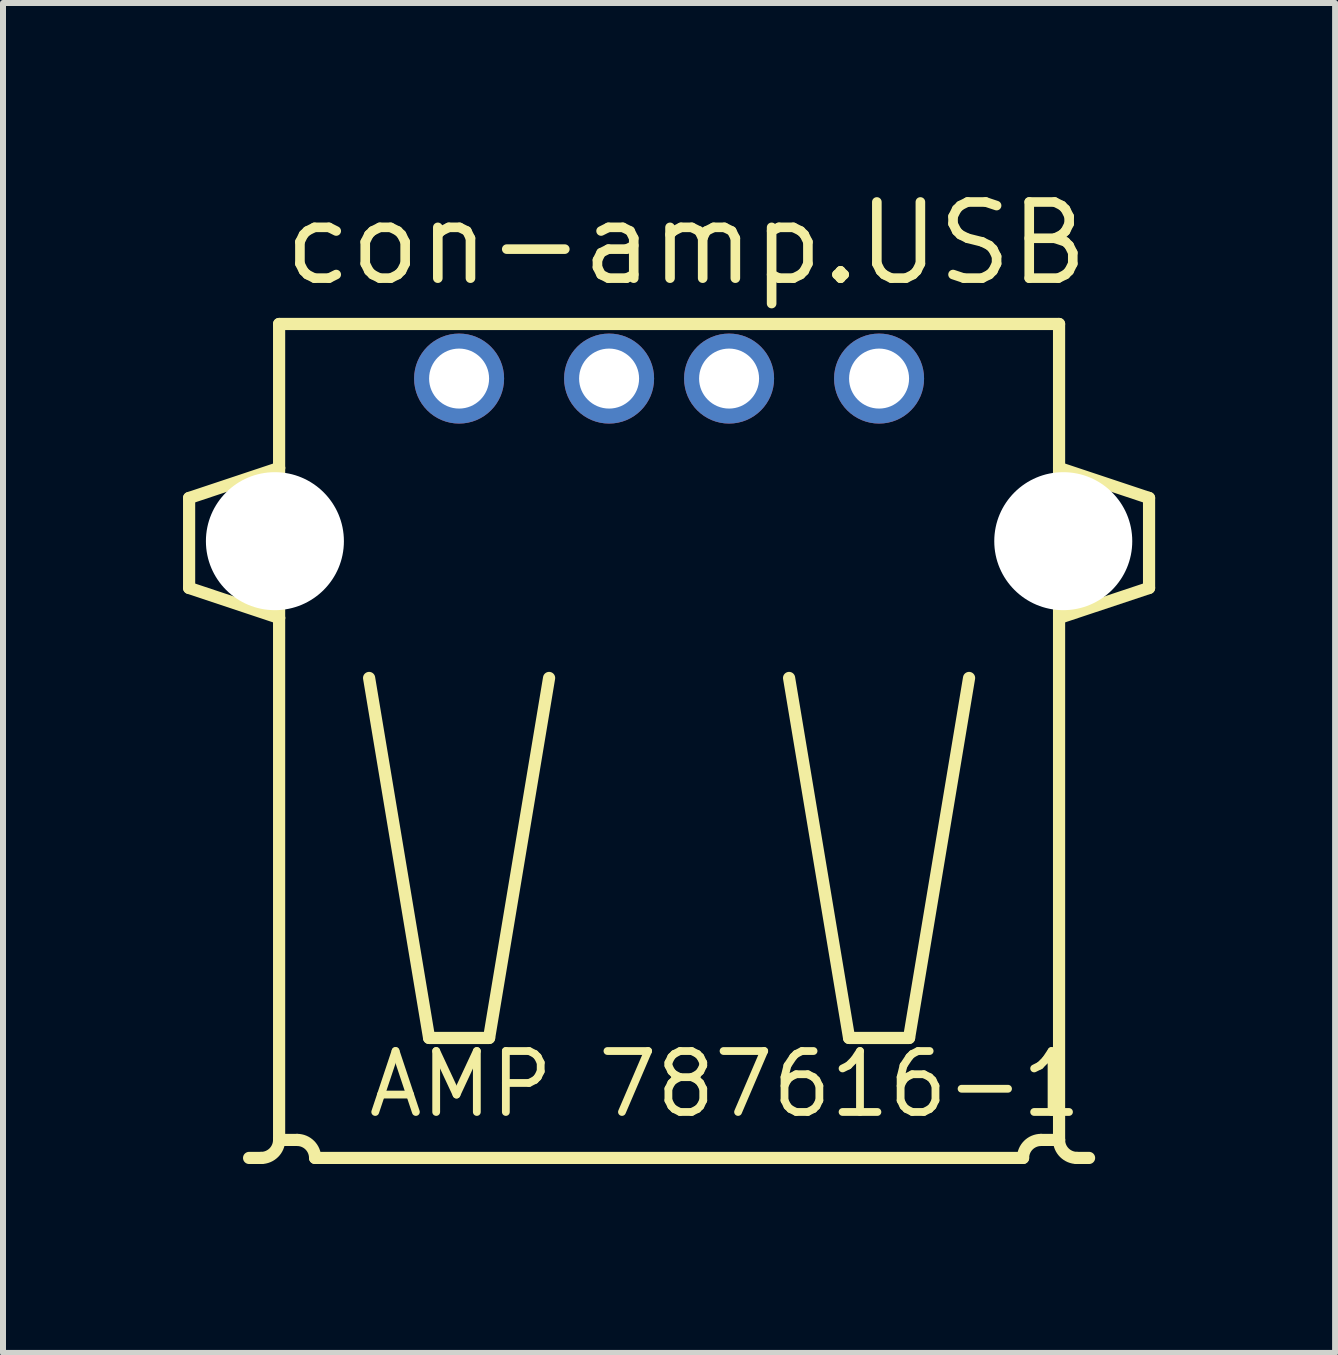
<source format=kicad_pcb>
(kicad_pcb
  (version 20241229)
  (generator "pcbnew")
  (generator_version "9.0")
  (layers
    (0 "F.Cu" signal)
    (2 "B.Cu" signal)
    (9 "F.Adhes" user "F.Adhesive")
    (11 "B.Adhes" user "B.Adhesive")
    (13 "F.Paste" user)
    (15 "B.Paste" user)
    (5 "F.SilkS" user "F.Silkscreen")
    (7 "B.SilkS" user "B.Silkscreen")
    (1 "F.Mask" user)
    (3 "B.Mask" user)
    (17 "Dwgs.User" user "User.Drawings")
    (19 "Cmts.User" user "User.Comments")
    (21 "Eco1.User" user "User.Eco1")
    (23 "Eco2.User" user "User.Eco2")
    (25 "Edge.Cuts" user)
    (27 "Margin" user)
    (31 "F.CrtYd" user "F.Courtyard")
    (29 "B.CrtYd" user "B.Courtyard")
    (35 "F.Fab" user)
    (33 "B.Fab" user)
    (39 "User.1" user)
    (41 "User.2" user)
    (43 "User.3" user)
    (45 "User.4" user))
  (footprint "con-amp.USB"
    (layer "F.Cu")
    (at 8.102 16.25)
    (property "Reference" "con-amp.USB" (at -6.5 -14.5 0) (layer "F.SilkS") (effects (font (size 1.27 1.27) (thickness 0.16)) (justify left bottom)))
    (attr through_hole)
    (fp_line (start -8 -11) (end -8 -9.5) (stroke (width 0.203) (type default)) (layer "F.SilkS"))
    (fp_line (start -8 -9.5) (end -6.5 -9) (stroke (width 0.203) (type default)) (layer "F.SilkS"))
    (fp_line (start -6.8 0) (end -7 0) (stroke (width 0.203) (type default)) (layer "F.SilkS"))
    (fp_line (start -6.5 -13.9) (end -6.5 -11.5) (stroke (width 0.203) (type default)) (layer "F.SilkS"))
    (fp_line (start -6.5 -11.5) (end -8 -11) (stroke (width 0.203) (type default)) (layer "F.SilkS"))
    (fp_line (start -6.5 -11.5) (end -6.5 -9) (stroke (width 0.203) (type default)) (layer "F.SilkS"))
    (fp_line (start -6.5 -9) (end -6.5 -0.3) (stroke (width 0.203) (type default)) (layer "F.SilkS"))
    (fp_line (start -6.5 -0.3) (end -6.5 -0.3) (stroke (width 0.203) (type default)) (layer "F.SilkS"))
    (fp_line (start -6.5 -0.3) (end -6.2 -0.3) (stroke (width 0.203) (type default)) (layer "F.SilkS"))
    (fp_line (start -5.9 0) (end 5.9 0) (stroke (width 0.203) (type default)) (layer "F.SilkS"))
    (fp_line (start -5 -8) (end -4 -2) (stroke (width 0.203) (type default)) (layer "F.SilkS"))
    (fp_line (start -4 -2) (end -3 -2) (stroke (width 0.203) (type default)) (layer "F.SilkS"))
    (fp_line (start -3 -2) (end -2 -8) (stroke (width 0.203) (type default)) (layer "F.SilkS"))
    (fp_line (start 3 -2) (end 2 -8) (stroke (width 0.203) (type default)) (layer "F.SilkS"))
    (fp_line (start 4 -2) (end 3 -2) (stroke (width 0.203) (type default)) (layer "F.SilkS"))
    (fp_line (start 5 -8) (end 4 -2) (stroke (width 0.203) (type default)) (layer "F.SilkS"))
    (fp_line (start 6.2 -0.3) (end 6.5 -0.3) (stroke (width 0.203) (type default)) (layer "F.SilkS"))
    (fp_line (start 6.5 -13.9) (end -6.5 -13.9) (stroke (width 0.203) (type default)) (layer "F.SilkS"))
    (fp_line (start 6.5 -11.5) (end 6.5 -13.9) (stroke (width 0.203) (type default)) (layer "F.SilkS"))
    (fp_line (start 6.5 -11.5) (end 8 -11) (stroke (width 0.203) (type default)) (layer "F.SilkS"))
    (fp_line (start 6.5 -9) (end 6.5 -11.5) (stroke (width 0.203) (type default)) (layer "F.SilkS"))
    (fp_line (start 6.5 -0.3) (end 6.5 -9) (stroke (width 0.203) (type default)) (layer "F.SilkS"))
    (fp_line (start 6.8 0) (end 7 0) (stroke (width 0.203) (type default)) (layer "F.SilkS"))
    (fp_line (start 8 -11) (end 8 -9.5) (stroke (width 0.203) (type default)) (layer "F.SilkS"))
    (fp_line (start 8 -9.5) (end 6.5 -9) (stroke (width 0.203) (type default)) (layer "F.SilkS"))
    (fp_arc (start -6.4999 -0.3) (mid -6.587768 -0.087868) (end -6.7999 0) (stroke (width 0.2032) (type default)) (layer "F.SilkS"))
    (fp_arc (start -6.2 -0.3) (mid -5.987868 -0.212132) (end -5.9 0) (stroke (width 0.2032) (type default)) (layer "F.SilkS"))
    (fp_arc (start 5.9 0) (mid 5.987862 -0.212167) (end 6.2 -0.3001) (stroke (width 0.2032) (type default)) (layer "F.SilkS"))
    (fp_arc (start 6.8 0) (mid 6.587868 -0.087868) (end 6.5 -0.3) (stroke (width 0.2032) (type default)) (layer "F.SilkS"))
    (fp_text user "AMP 787616-1" (at -5.08 -0.635 0) (layer "F.SilkS") (effects (font (size 1.016 1.016) (thickness 0.13)) (justify left bottom)))
    (pad "" np_thru_hole circle (at -6.57 -10.28) (size 2.3 2.3) (drill 2.3) (layers "*.Cu" "*.Mask"))
    (pad "" np_thru_hole circle (at 6.57 -10.28) (size 2.3 2.3) (drill 2.3) (layers "*.Cu" "*.Mask"))
    (pad "1" thru_hole circle (at -3.5 -12.99) (size 1.5 1.5) (drill 1) (layers "*.Cu" "*.Mask"))
    (pad "2" thru_hole circle (at -1 -12.99) (size 1.5 1.5) (drill 1) (layers "*.Cu" "*.Mask"))
    (pad "3" thru_hole circle (at 1 -12.99) (size 1.5 1.5) (drill 1) (layers "*.Cu" "*.Mask"))
    (pad "4" thru_hole circle (at 3.5 -12.99) (size 1.5 1.5) (drill 1) (layers "*.Cu" "*.Mask")))
  (gr_rect
    (start -3 -3)
    (end 19.203 19.5)
    (stroke (width 0.1) (type default))
    (fill no)
    (layer "Edge.Cuts")))
</source>
